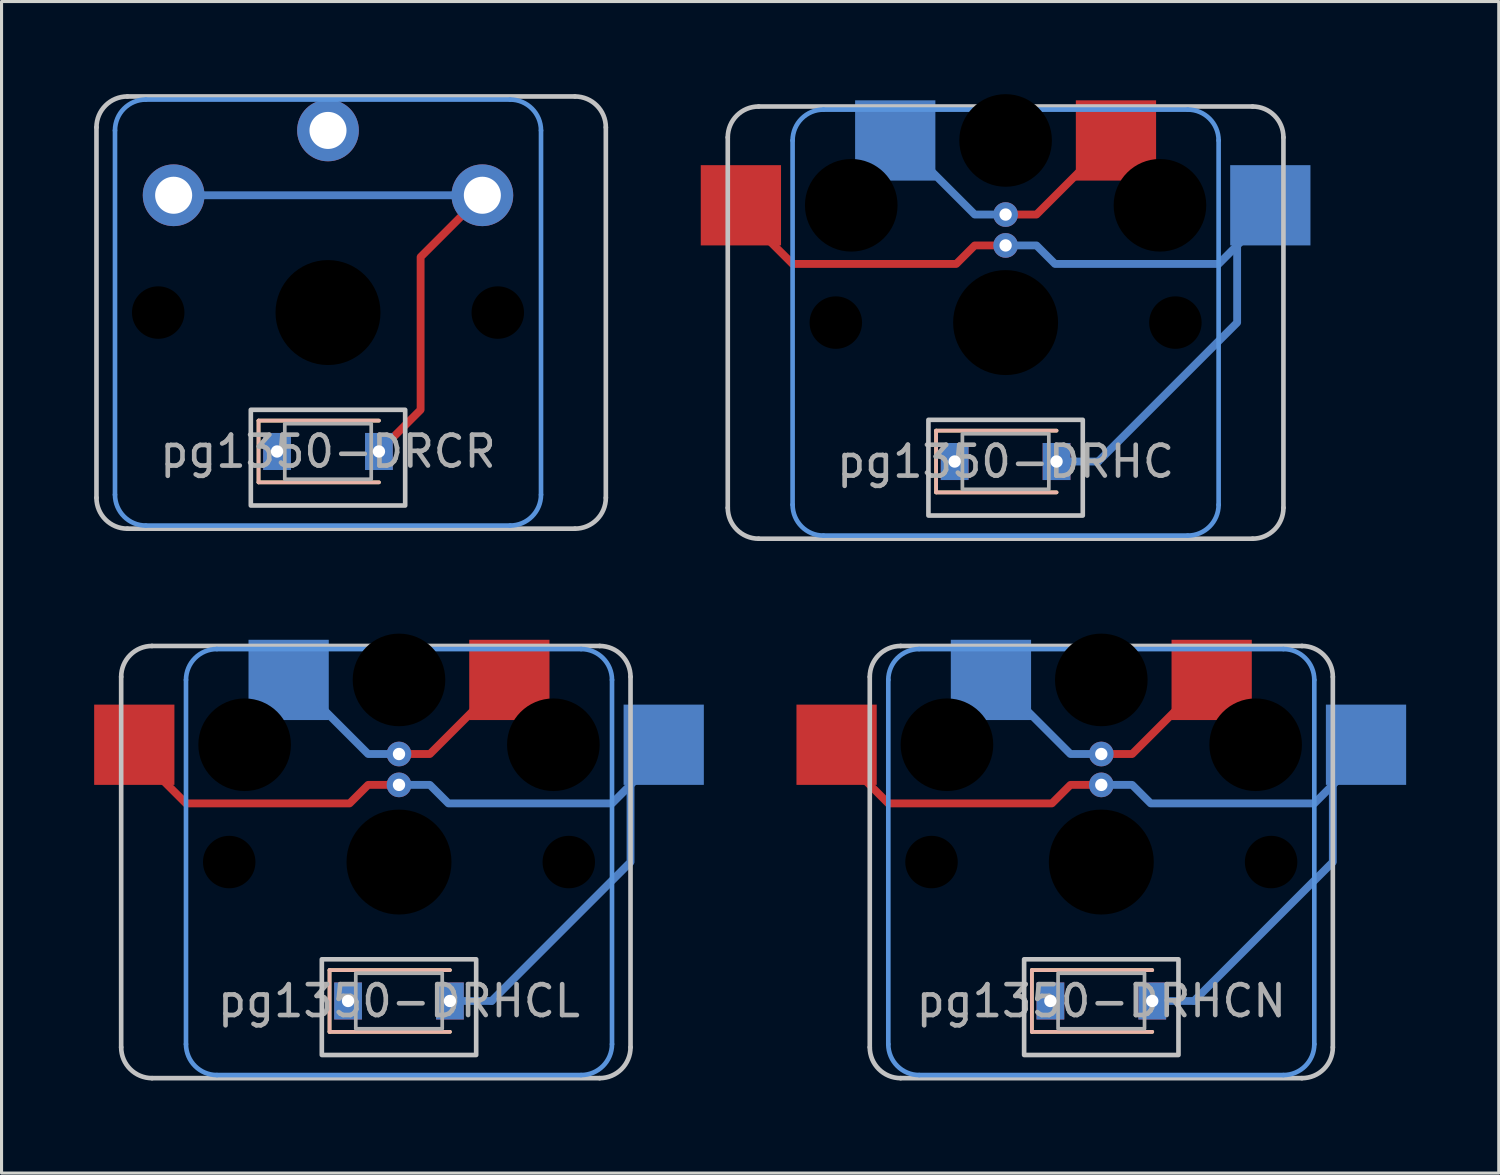
<source format=kicad_pcb>
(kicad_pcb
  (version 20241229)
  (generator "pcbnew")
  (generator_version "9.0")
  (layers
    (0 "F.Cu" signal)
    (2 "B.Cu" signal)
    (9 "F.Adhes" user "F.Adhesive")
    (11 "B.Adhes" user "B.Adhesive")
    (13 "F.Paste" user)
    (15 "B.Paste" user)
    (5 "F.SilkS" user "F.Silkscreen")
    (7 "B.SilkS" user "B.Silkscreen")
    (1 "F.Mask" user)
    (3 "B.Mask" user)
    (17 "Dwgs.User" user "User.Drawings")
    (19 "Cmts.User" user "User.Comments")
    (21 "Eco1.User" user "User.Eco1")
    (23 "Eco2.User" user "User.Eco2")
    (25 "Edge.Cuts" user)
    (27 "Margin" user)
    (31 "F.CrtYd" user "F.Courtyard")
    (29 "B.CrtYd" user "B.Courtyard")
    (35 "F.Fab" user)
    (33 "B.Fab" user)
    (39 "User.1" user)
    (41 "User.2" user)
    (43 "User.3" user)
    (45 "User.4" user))
  (footprint "pg1350-DRCR"
    (layer "F.Cu")
    (at 7.575 11.575)
    (property "Reference" "pg1350-DRCR" (at 0 0 0) (layer "F.Fab") (effects (font (size 1 1) (thickness 0.15))))
    (attr smd)
    (fp_line (start -2.25 -1) (end -2.25 1) (stroke (width 0.12) (type solid)) (layer "F.SilkS"))
    (fp_line (start -2.25 1) (end 1.65 1) (stroke (width 0.12) (type solid)) (layer "F.SilkS"))
    (fp_line (start 1.65 -1) (end -2.25 -1) (stroke (width 0.12) (type solid)) (layer "F.SilkS"))
    (fp_line (start -2.25 -1) (end -2.25 1) (stroke (width 0.12) (type solid)) (layer "B.SilkS"))
    (fp_line (start -2.25 1) (end 1.65 1) (stroke (width 0.12) (type solid)) (layer "B.SilkS"))
    (fp_line (start 1.65 -1) (end -2.25 -1) (stroke (width 0.12) (type solid)) (layer "B.SilkS"))
    (fp_line (start -7.5 1.5) (end -7.5 -10.5) (stroke (width 0.15) (type solid)) (layer "Dwgs.User"))
    (fp_line (start -6.5 -11.5) (end 8 -11.5) (stroke (width 0.15) (type solid)) (layer "Dwgs.User"))
    (fp_line (start 8 2.5) (end -6.5 2.5) (stroke (width 0.15) (type solid)) (layer "Dwgs.User"))
    (fp_line (start 9 -10.5) (end 9 1.5) (stroke (width 0.15) (type solid)) (layer "Dwgs.User"))
    (fp_rect (start 2.5 1.75) (end -2.5 -1.35) (stroke (width 0.15) (type solid)) (fill no) (layer "Dwgs.User"))
    (fp_arc (start -7.5 -10.5) (mid -7.207107 -11.207107) (end -6.5 -11.5) (stroke (width 0.15) (type solid)) (layer "Dwgs.User"))
    (fp_arc (start -6.5 2.5) (mid -7.207107 2.207107) (end -7.5 1.5) (stroke (width 0.15) (type solid)) (layer "Dwgs.User"))
    (fp_arc (start 8 -11.5) (mid 8.707107 -11.207107) (end 9 -10.5) (stroke (width 0.15) (type solid)) (layer "Dwgs.User"))
    (fp_arc (start 9 1.5) (mid 8.707107 2.207107) (end 8 2.5) (stroke (width 0.15) (type solid)) (layer "Dwgs.User"))
    (fp_line (start -6.9 1.4) (end -6.9 -10.4) (stroke (width 0.15) (type solid)) (layer "Cmts.User"))
    (fp_line (start -5.9 -11.4) (end 5.9 -11.4) (stroke (width 0.15) (type solid)) (layer "Cmts.User"))
    (fp_line (start 5.9 2.4) (end -5.9 2.4) (stroke (width 0.15) (type solid)) (layer "Cmts.User"))
    (fp_line (start 6.9 -10.4) (end 6.9 1.4) (stroke (width 0.15) (type solid)) (layer "Cmts.User"))
    (fp_arc (start -6.9 -10.4) (mid -6.607107 -11.107107) (end -5.9 -11.4) (stroke (width 0.15) (type solid)) (layer "Cmts.User"))
    (fp_arc (start -5.9 2.4) (mid -6.607107 2.107107) (end -6.9 1.4) (stroke (width 0.15) (type solid)) (layer "Cmts.User"))
    (fp_arc (start 5.9 -11.4) (mid 6.607107 -11.107107) (end 6.9 -10.4) (stroke (width 0.15) (type solid)) (layer "Cmts.User"))
    (fp_arc (start 6.9 1.4) (mid 6.607107 2.107107) (end 5.9 2.4) (stroke (width 0.15) (type solid)) (layer "Cmts.User"))
    (fp_rect (start 1.4 0.9) (end -1.4 -0.9) (stroke (width 0.12) (type solid)) (fill no) (layer "F.Fab"))
    (pad "" np_thru_hole circle (at -5.5 -4.5) (size 1.7 1.7) (drill 1.7) (layers "*.Mask"))
    (pad "" np_thru_hole circle (at 0 -4.5) (size 3.4 3.4) (drill 3.4) (layers "*.Mask"))
    (pad "" np_thru_hole circle (at 5.5 -4.5) (size 1.7 1.7) (drill 1.7) (layers "*.Mask"))
    (pad "1" thru_hole circle (at 0 -10.4) (size 2 2) (drill 1.2) (layers "*.Cu" "*.Mask"))
    (pad "2" thru_hole rect (at -1.65 0) (size 0.9 1.2) (drill 0.4) (layers "*.Cu" "*.Mask"))
    (pad "3" smd custom (at -5 -8.3) (size 0.254 0.254) (layers "B.Cu") (options (anchor circle)) (primitives (gr_line (start 0 0) (end 10 0) (width 0.254))))
    (pad "3" thru_hole circle (at -5 -8.3) (size 2 2) (drill 1.2) (layers "*.Cu" "F.Mask"))
    (pad "3" smd custom (at 1.65 0) (size 0.254 0.254) (layers "F.Cu") (options (anchor circle)) (primitives (gr_line (start 3.35 -8.3) (end 1.35 -6.3) (width 0.254)) (gr_line (start 1.35 -6.3) (end 1.35 -1.35) (width 0.254)) (gr_line (start 1.35 -1.35) (end 0 0) (width 0.254))))
    (pad "3" thru_hole rect (at 1.65 0) (size 0.9 1.2) (drill 0.4) (layers "*.Cu" "*.Mask"))
    (pad "3" thru_hole circle (at 5 -8.3) (size 2 2) (drill 1.2) (layers "*.Cu" "B.Mask")))
  (footprint "pg1350-DRHCN"
    (layer "F.Cu")
    (at 32.625 29.375)
    (property "Reference" "pg1350-DRHCN" (at 0 0 0) (layer "F.Fab") (effects (font (size 1 1) (thickness 0.15))))
    (attr smd)
    (fp_line (start -2.25 -1) (end -2.25 1) (stroke (width 0.12) (type solid)) (layer "F.SilkS"))
    (fp_line (start -2.25 1) (end 1.65 1) (stroke (width 0.12) (type solid)) (layer "F.SilkS"))
    (fp_line (start 1.65 -1) (end -2.25 -1) (stroke (width 0.12) (type solid)) (layer "F.SilkS"))
    (fp_line (start -2.25 -1) (end -2.25 1) (stroke (width 0.12) (type solid)) (layer "B.SilkS"))
    (fp_line (start -2.25 1) (end 1.65 1) (stroke (width 0.12) (type solid)) (layer "B.SilkS"))
    (fp_line (start 1.65 -1) (end -2.25 -1) (stroke (width 0.12) (type solid)) (layer "B.SilkS"))
    (fp_line (start -7.5 1.5) (end -7.5 -10.5) (stroke (width 0.15) (type solid)) (layer "Dwgs.User"))
    (fp_line (start -6.5 -11.5) (end 6.5 -11.5) (stroke (width 0.15) (type solid)) (layer "Dwgs.User"))
    (fp_line (start 6.5 2.5) (end -6.5 2.5) (stroke (width 0.15) (type solid)) (layer "Dwgs.User"))
    (fp_line (start 7.5 -10.5) (end 7.5 1.5) (stroke (width 0.15) (type solid)) (layer "Dwgs.User"))
    (fp_rect (start 2.5 1.75) (end -2.5 -1.35) (stroke (width 0.15) (type solid)) (fill no) (layer "Dwgs.User"))
    (fp_arc (start -7.5 -10.5) (mid -7.207107 -11.207107) (end -6.5 -11.5) (stroke (width 0.15) (type solid)) (layer "Dwgs.User"))
    (fp_arc (start -6.5 2.5) (mid -7.207107 2.207107) (end -7.5 1.5) (stroke (width 0.15) (type solid)) (layer "Dwgs.User"))
    (fp_arc (start 6.5 -11.5) (mid 7.207107 -11.207107) (end 7.5 -10.5) (stroke (width 0.15) (type solid)) (layer "Dwgs.User"))
    (fp_arc (start 7.5 1.5) (mid 7.207107 2.207107) (end 6.5 2.5) (stroke (width 0.15) (type solid)) (layer "Dwgs.User"))
    (fp_line (start -6.9 1.4) (end -6.9 -10.4) (stroke (width 0.15) (type solid)) (layer "Cmts.User"))
    (fp_line (start -5.9 -11.4) (end 5.9 -11.4) (stroke (width 0.15) (type solid)) (layer "Cmts.User"))
    (fp_line (start 5.9 2.4) (end -5.9 2.4) (stroke (width 0.15) (type solid)) (layer "Cmts.User"))
    (fp_line (start 6.9 -10.4) (end 6.9 1.4) (stroke (width 0.15) (type solid)) (layer "Cmts.User"))
    (fp_arc (start -6.9 -10.4) (mid -6.607107 -11.107107) (end -5.9 -11.4) (stroke (width 0.15) (type solid)) (layer "Cmts.User"))
    (fp_arc (start -5.9 2.4) (mid -6.607107 2.107107) (end -6.9 1.4) (stroke (width 0.15) (type solid)) (layer "Cmts.User"))
    (fp_arc (start 5.9 -11.4) (mid 6.607107 -11.107107) (end 6.9 -10.4) (stroke (width 0.15) (type solid)) (layer "Cmts.User"))
    (fp_arc (start 6.9 1.4) (mid 6.607107 2.107107) (end 5.9 2.4) (stroke (width 0.15) (type solid)) (layer "Cmts.User"))
    (fp_rect (start 1.4 0.9) (end -1.4 -0.9) (stroke (width 0.12) (type solid)) (fill no) (layer "F.Fab"))
    (pad "" np_thru_hole circle (at -5.5 -4.5) (size 1.7 1.7) (drill 1.7) (layers "*.Mask"))
    (pad "" np_thru_hole circle (at -5 -8.3) (size 3 3) (drill 3) (layers "*.Mask"))
    (pad "" np_thru_hole circle (at 0 -10.4) (size 3 3) (drill 3) (layers "*.Mask"))
    (pad "" thru_hole circle (at 0 -8) (size 0.8 0.8) (drill 0.4) (layers "*.Cu"))
    (pad "" thru_hole circle (at 0 -7) (size 0.8 0.8) (drill 0.4) (layers "*.Cu"))
    (pad "" np_thru_hole circle (at 0 -4.5) (size 3.4 3.4) (drill 3.4) (layers "*.Mask"))
    (pad "" np_thru_hole circle (at 5 -8.3) (size 3 3) (drill 3) (layers "*.Mask"))
    (pad "" np_thru_hole circle (at 5.5 -4.5) (size 1.7 1.7) (drill 1.7) (layers "*.Mask"))
    (pad "1" smd rect (at -3.575 -10.4) (size 2.6 2.6) (layers "B.Cu" "B.Mask"))
    (pad "1" smd custom (at 0 -8) (size 0.254 0.254) (layers "F.Cu") (options (anchor circle)) (primitives (gr_line (start 0 0) (end 1 0) (width 0.254)) (gr_line (start 1 0) (end 2.5 -1.5) (width 0.254))))
    (pad "1" smd custom (at 0 -8) (size 0.254 0.254) (layers "B.Cu") (options (anchor circle)) (primitives (gr_line (start 0 0) (end -1 0) (width 0.254)) (gr_line (start -1 0) (end -2.5 -1.5) (width 0.254))))
    (pad "1" smd rect (at 3.575 -10.4) (size 2.6 2.6) (layers "F.Cu" "F.Mask"))
    (pad "2" thru_hole rect (at -1.65 0) (size 0.9 1.2) (drill 0.4) (layers "*.Cu" "*.Mask"))
    (pad "3" smd rect (at -8.575 -8.3) (size 2.6 2.6) (layers "F.Cu" "F.Mask"))
    (pad "3" smd custom (at 0 -7) (size 0.254 0.254) (layers "F.Cu") (options (anchor circle)) (primitives (gr_line (start 0 0) (end -1 0) (width 0.254)) (gr_line (start -1 0) (end -1.6 0.6) (width 0.254)) (gr_line (start -1.6 0.6) (end -6.9 0.6) (width 0.254)) (gr_line (start -6.9 0.6) (end -8 -0.5) (width 0.254))))
    (pad "3" smd custom (at 0 -7) (size 0.254 0.254) (layers "B.Cu") (options (anchor circle)) (primitives (gr_line (start 0 0) (end 1 0) (width 0.254)) (gr_line (start 1 0) (end 1.6 0.6) (width 0.254)) (gr_line (start 1.6 0.6) (end 6.9 0.6) (width 0.254)) (gr_line (start 6.9 0.6) (end 8 -0.5) (width 0.254))))
    (pad "3" thru_hole rect (at 1.65 0) (size 0.9 1.2) (drill 0.4) (layers "*.Cu" "*.Mask"))
    (pad "3" smd oval (at 2.325 0) (size 1.604 0.254) (layers "B.Cu"))
    (pad "3" smd custom (at 3 0) (size 0.254 0.254) (layers "B.Cu") (options (anchor circle)) (primitives (gr_line (start 0 0) (end 4.5 -4.5) (width 0.254)) (gr_line (start 4.5 -4.5) (end 4.5 -8.3) (width 0.254))))
    (pad "3" smd rect (at 8.575 -8.3) (size 2.6 2.6) (layers "B.Cu" "B.Mask")))
  (footprint "pg1350-DRHCL"
    (layer "F.Cu")
    (at 9.875 29.375)
    (property "Reference" "pg1350-DRHCL" (at 0 0 0) (layer "F.Fab") (effects (font (size 1 1) (thickness 0.15))))
    (attr smd)
    (fp_line (start -2.25 -1) (end -2.25 1) (stroke (width 0.12) (type solid)) (layer "F.SilkS"))
    (fp_line (start -2.25 1) (end 1.65 1) (stroke (width 0.12) (type solid)) (layer "F.SilkS"))
    (fp_line (start 1.65 -1) (end -2.25 -1) (stroke (width 0.12) (type solid)) (layer "F.SilkS"))
    (fp_line (start -2.25 -1) (end -2.25 1) (stroke (width 0.12) (type solid)) (layer "B.SilkS"))
    (fp_line (start -2.25 1) (end 1.65 1) (stroke (width 0.12) (type solid)) (layer "B.SilkS"))
    (fp_line (start 1.65 -1) (end -2.25 -1) (stroke (width 0.12) (type solid)) (layer "B.SilkS"))
    (fp_line (start -9 1.5) (end -9 -10.5) (stroke (width 0.15) (type solid)) (layer "Dwgs.User"))
    (fp_line (start -8 -11.5) (end 6.5 -11.5) (stroke (width 0.15) (type solid)) (layer "Dwgs.User"))
    (fp_line (start 6.5 2.5) (end -8 2.5) (stroke (width 0.15) (type solid)) (layer "Dwgs.User"))
    (fp_line (start 7.5 -10.5) (end 7.5 1.5) (stroke (width 0.15) (type solid)) (layer "Dwgs.User"))
    (fp_rect (start 2.5 1.75) (end -2.5 -1.35) (stroke (width 0.15) (type solid)) (fill no) (layer "Dwgs.User"))
    (fp_arc (start -9 -10.5) (mid -8.707107 -11.207107) (end -8 -11.5) (stroke (width 0.15) (type solid)) (layer "Dwgs.User"))
    (fp_arc (start -8 2.5) (mid -8.707107 2.207107) (end -9 1.5) (stroke (width 0.15) (type solid)) (layer "Dwgs.User"))
    (fp_arc (start 6.5 -11.5) (mid 7.207107 -11.207107) (end 7.5 -10.5) (stroke (width 0.15) (type solid)) (layer "Dwgs.User"))
    (fp_arc (start 7.5 1.5) (mid 7.207107 2.207107) (end 6.5 2.5) (stroke (width 0.15) (type solid)) (layer "Dwgs.User"))
    (fp_line (start -6.9 1.4) (end -6.9 -10.4) (stroke (width 0.15) (type solid)) (layer "Cmts.User"))
    (fp_line (start -5.9 -11.4) (end 5.9 -11.4) (stroke (width 0.15) (type solid)) (layer "Cmts.User"))
    (fp_line (start 5.9 2.4) (end -5.9 2.4) (stroke (width 0.15) (type solid)) (layer "Cmts.User"))
    (fp_line (start 6.9 -10.4) (end 6.9 1.4) (stroke (width 0.15) (type solid)) (layer "Cmts.User"))
    (fp_arc (start -6.9 -10.4) (mid -6.607107 -11.107107) (end -5.9 -11.4) (stroke (width 0.15) (type solid)) (layer "Cmts.User"))
    (fp_arc (start -5.9 2.4) (mid -6.607107 2.107107) (end -6.9 1.4) (stroke (width 0.15) (type solid)) (layer "Cmts.User"))
    (fp_arc (start 5.9 -11.4) (mid 6.607107 -11.107107) (end 6.9 -10.4) (stroke (width 0.15) (type solid)) (layer "Cmts.User"))
    (fp_arc (start 6.9 1.4) (mid 6.607107 2.107107) (end 5.9 2.4) (stroke (width 0.15) (type solid)) (layer "Cmts.User"))
    (fp_rect (start 1.4 0.9) (end -1.4 -0.9) (stroke (width 0.12) (type solid)) (fill no) (layer "F.Fab"))
    (pad "" np_thru_hole circle (at -5.5 -4.5) (size 1.7 1.7) (drill 1.7) (layers "*.Mask"))
    (pad "" np_thru_hole circle (at -5 -8.3) (size 3 3) (drill 3) (layers "*.Mask"))
    (pad "" np_thru_hole circle (at 0 -10.4) (size 3 3) (drill 3) (layers "*.Mask"))
    (pad "" thru_hole circle (at 0 -8) (size 0.8 0.8) (drill 0.4) (layers "*.Cu"))
    (pad "" thru_hole circle (at 0 -7) (size 0.8 0.8) (drill 0.4) (layers "*.Cu"))
    (pad "" np_thru_hole circle (at 0 -4.5) (size 3.4 3.4) (drill 3.4) (layers "*.Mask"))
    (pad "" np_thru_hole circle (at 5 -8.3) (size 3 3) (drill 3) (layers "*.Mask"))
    (pad "" np_thru_hole circle (at 5.5 -4.5) (size 1.7 1.7) (drill 1.7) (layers "*.Mask"))
    (pad "1" smd rect (at -3.575 -10.4) (size 2.6 2.6) (layers "B.Cu" "B.Mask"))
    (pad "1" smd custom (at 0 -8) (size 0.254 0.254) (layers "F.Cu") (options (anchor circle)) (primitives (gr_line (start 0 0) (end 1 0) (width 0.254)) (gr_line (start 1 0) (end 2.5 -1.5) (width 0.254))))
    (pad "1" smd custom (at 0 -8) (size 0.254 0.254) (layers "B.Cu") (options (anchor circle)) (primitives (gr_line (start 0 0) (end -1 0) (width 0.254)) (gr_line (start -1 0) (end -2.5 -1.5) (width 0.254))))
    (pad "1" smd rect (at 3.575 -10.4) (size 2.6 2.6) (layers "F.Cu" "F.Mask"))
    (pad "2" thru_hole rect (at -1.65 0) (size 0.9 1.2) (drill 0.4) (layers "*.Cu" "*.Mask"))
    (pad "3" smd rect (at -8.575 -8.3) (size 2.6 2.6) (layers "F.Cu" "F.Mask"))
    (pad "3" smd custom (at 0 -7) (size 0.254 0.254) (layers "F.Cu") (options (anchor circle)) (primitives (gr_line (start 0 0) (end -1 0) (width 0.254)) (gr_line (start -1 0) (end -1.6 0.6) (width 0.254)) (gr_line (start -1.6 0.6) (end -6.9 0.6) (width 0.254)) (gr_line (start -6.9 0.6) (end -8 -0.5) (width 0.254))))
    (pad "3" smd custom (at 0 -7) (size 0.254 0.254) (layers "B.Cu") (options (anchor circle)) (primitives (gr_line (start 0 0) (end 1 0) (width 0.254)) (gr_line (start 1 0) (end 1.6 0.6) (width 0.254)) (gr_line (start 1.6 0.6) (end 6.9 0.6) (width 0.254)) (gr_line (start 6.9 0.6) (end 8 -0.5) (width 0.254))))
    (pad "3" thru_hole rect (at 1.65 0) (size 0.9 1.2) (drill 0.4) (layers "*.Cu" "*.Mask"))
    (pad "3" smd oval (at 2.325 0) (size 1.604 0.254) (layers "B.Cu"))
    (pad "3" smd custom (at 3 0) (size 0.254 0.254) (layers "B.Cu") (options (anchor circle)) (primitives (gr_line (start 0 0) (end 4.5 -4.5) (width 0.254)) (gr_line (start 4.5 -4.5) (end 4.5 -8.3) (width 0.254))))
    (pad "3" smd rect (at 8.575 -8.3) (size 2.6 2.6) (layers "B.Cu" "B.Mask")))
  (footprint "pg1350-DRHC"
    (layer "F.Cu")
    (at 29.525 11.9)
    (property "Reference" "pg1350-DRHC" (at 0 0 0) (layer "F.Fab") (effects (font (size 1 1) (thickness 0.15))))
    (attr smd)
    (fp_line (start -2.25 -1) (end -2.25 1) (stroke (width 0.12) (type solid)) (layer "F.SilkS"))
    (fp_line (start -2.25 1) (end 1.65 1) (stroke (width 0.12) (type solid)) (layer "F.SilkS"))
    (fp_line (start 1.65 -1) (end -2.25 -1) (stroke (width 0.12) (type solid)) (layer "F.SilkS"))
    (fp_line (start -2.25 -1) (end -2.25 1) (stroke (width 0.12) (type solid)) (layer "B.SilkS"))
    (fp_line (start -2.25 1) (end 1.65 1) (stroke (width 0.12) (type solid)) (layer "B.SilkS"))
    (fp_line (start 1.65 -1) (end -2.25 -1) (stroke (width 0.12) (type solid)) (layer "B.SilkS"))
    (fp_line (start -9 1.5) (end -9 -10.5) (stroke (width 0.15) (type solid)) (layer "Dwgs.User"))
    (fp_line (start -8 -11.5) (end 8 -11.5) (stroke (width 0.15) (type solid)) (layer "Dwgs.User"))
    (fp_line (start 8 2.5) (end -8 2.5) (stroke (width 0.15) (type solid)) (layer "Dwgs.User"))
    (fp_line (start 9 -10.5) (end 9 1.5) (stroke (width 0.15) (type solid)) (layer "Dwgs.User"))
    (fp_rect (start 2.5 1.75) (end -2.5 -1.35) (stroke (width 0.15) (type solid)) (fill no) (layer "Dwgs.User"))
    (fp_arc (start -9 -10.5) (mid -8.707107 -11.207107) (end -8 -11.5) (stroke (width 0.15) (type solid)) (layer "Dwgs.User"))
    (fp_arc (start -8 2.5) (mid -8.707107 2.207107) (end -9 1.5) (stroke (width 0.15) (type solid)) (layer "Dwgs.User"))
    (fp_arc (start 8 -11.5) (mid 8.707107 -11.207107) (end 9 -10.5) (stroke (width 0.15) (type solid)) (layer "Dwgs.User"))
    (fp_arc (start 9 1.5) (mid 8.707107 2.207107) (end 8 2.5) (stroke (width 0.15) (type solid)) (layer "Dwgs.User"))
    (fp_line (start -6.9 1.4) (end -6.9 -10.4) (stroke (width 0.15) (type solid)) (layer "Cmts.User"))
    (fp_line (start -5.9 -11.4) (end 5.9 -11.4) (stroke (width 0.15) (type solid)) (layer "Cmts.User"))
    (fp_line (start 5.9 2.4) (end -5.9 2.4) (stroke (width 0.15) (type solid)) (layer "Cmts.User"))
    (fp_line (start 6.9 -10.4) (end 6.9 1.4) (stroke (width 0.15) (type solid)) (layer "Cmts.User"))
    (fp_arc (start -6.9 -10.4) (mid -6.607107 -11.107107) (end -5.9 -11.4) (stroke (width 0.15) (type solid)) (layer "Cmts.User"))
    (fp_arc (start -5.9 2.4) (mid -6.607107 2.107107) (end -6.9 1.4) (stroke (width 0.15) (type solid)) (layer "Cmts.User"))
    (fp_arc (start 5.9 -11.4) (mid 6.607107 -11.107107) (end 6.9 -10.4) (stroke (width 0.15) (type solid)) (layer "Cmts.User"))
    (fp_arc (start 6.9 1.4) (mid 6.607107 2.107107) (end 5.9 2.4) (stroke (width 0.15) (type solid)) (layer "Cmts.User"))
    (fp_rect (start 1.4 0.9) (end -1.4 -0.9) (stroke (width 0.12) (type solid)) (fill no) (layer "F.Fab"))
    (pad "" np_thru_hole circle (at -5.5 -4.5) (size 1.7 1.7) (drill 1.7) (layers "*.Mask"))
    (pad "" np_thru_hole circle (at -5 -8.3) (size 3 3) (drill 3) (layers "*.Mask"))
    (pad "" np_thru_hole circle (at 0 -10.4) (size 3 3) (drill 3) (layers "*.Mask"))
    (pad "" thru_hole circle (at 0 -8) (size 0.8 0.8) (drill 0.4) (layers "*.Cu"))
    (pad "" thru_hole circle (at 0 -7) (size 0.8 0.8) (drill 0.4) (layers "*.Cu"))
    (pad "" np_thru_hole circle (at 0 -4.5) (size 3.4 3.4) (drill 3.4) (layers "*.Mask"))
    (pad "" np_thru_hole circle (at 5 -8.3) (size 3 3) (drill 3) (layers "*.Mask"))
    (pad "" np_thru_hole circle (at 5.5 -4.5) (size 1.7 1.7) (drill 1.7) (layers "*.Mask"))
    (pad "1" smd rect (at -3.575 -10.4) (size 2.6 2.6) (layers "B.Cu" "B.Mask"))
    (pad "1" smd custom (at 0 -8) (size 0.254 0.254) (layers "F.Cu") (options (anchor circle)) (primitives (gr_line (start 0 0) (end 1 0) (width 0.254)) (gr_line (start 1 0) (end 2.5 -1.5) (width 0.254))))
    (pad "1" smd custom (at 0 -8) (size 0.254 0.254) (layers "B.Cu") (options (anchor circle)) (primitives (gr_line (start 0 0) (end -1 0) (width 0.254)) (gr_line (start -1 0) (end -2.5 -1.5) (width 0.254))))
    (pad "1" smd rect (at 3.575 -10.4) (size 2.6 2.6) (layers "F.Cu" "F.Mask"))
    (pad "2" thru_hole rect (at -1.65 0) (size 0.9 1.2) (drill 0.4) (layers "*.Cu" "*.Mask"))
    (pad "3" smd rect (at -8.575 -8.3) (size 2.6 2.6) (layers "F.Cu" "F.Mask"))
    (pad "3" smd custom (at 0 -7) (size 0.254 0.254) (layers "F.Cu") (options (anchor circle)) (primitives (gr_line (start 0 0) (end -1 0) (width 0.254)) (gr_line (start -1 0) (end -1.6 0.6) (width 0.254)) (gr_line (start -1.6 0.6) (end -6.9 0.6) (width 0.254)) (gr_line (start -6.9 0.6) (end -8 -0.5) (width 0.254))))
    (pad "3" smd custom (at 0 -7) (size 0.254 0.254) (layers "B.Cu") (options (anchor circle)) (primitives (gr_line (start 0 0) (end 1 0) (width 0.254)) (gr_line (start 1 0) (end 1.6 0.6) (width 0.254)) (gr_line (start 1.6 0.6) (end 6.9 0.6) (width 0.254)) (gr_line (start 6.9 0.6) (end 8 -0.5) (width 0.254))))
    (pad "3" thru_hole rect (at 1.65 0) (size 0.9 1.2) (drill 0.4) (layers "*.Cu" "*.Mask"))
    (pad "3" smd oval (at 2.325 0) (size 1.604 0.254) (layers "B.Cu"))
    (pad "3" smd custom (at 3 0) (size 0.254 0.254) (layers "B.Cu") (options (anchor circle)) (primitives (gr_line (start 0 0) (end 4.5 -4.5) (width 0.254)) (gr_line (start 4.5 -4.5) (end 4.5 -8.3) (width 0.254))))
    (pad "3" smd rect (at 8.575 -8.3) (size 2.6 2.6) (layers "B.Cu" "B.Mask")))
  (gr_rect
    (start -3 -3)
    (end 45.5 34.95)
    (stroke (width 0.1) (type default))
    (fill no)
    (layer "Edge.Cuts")))
</source>
